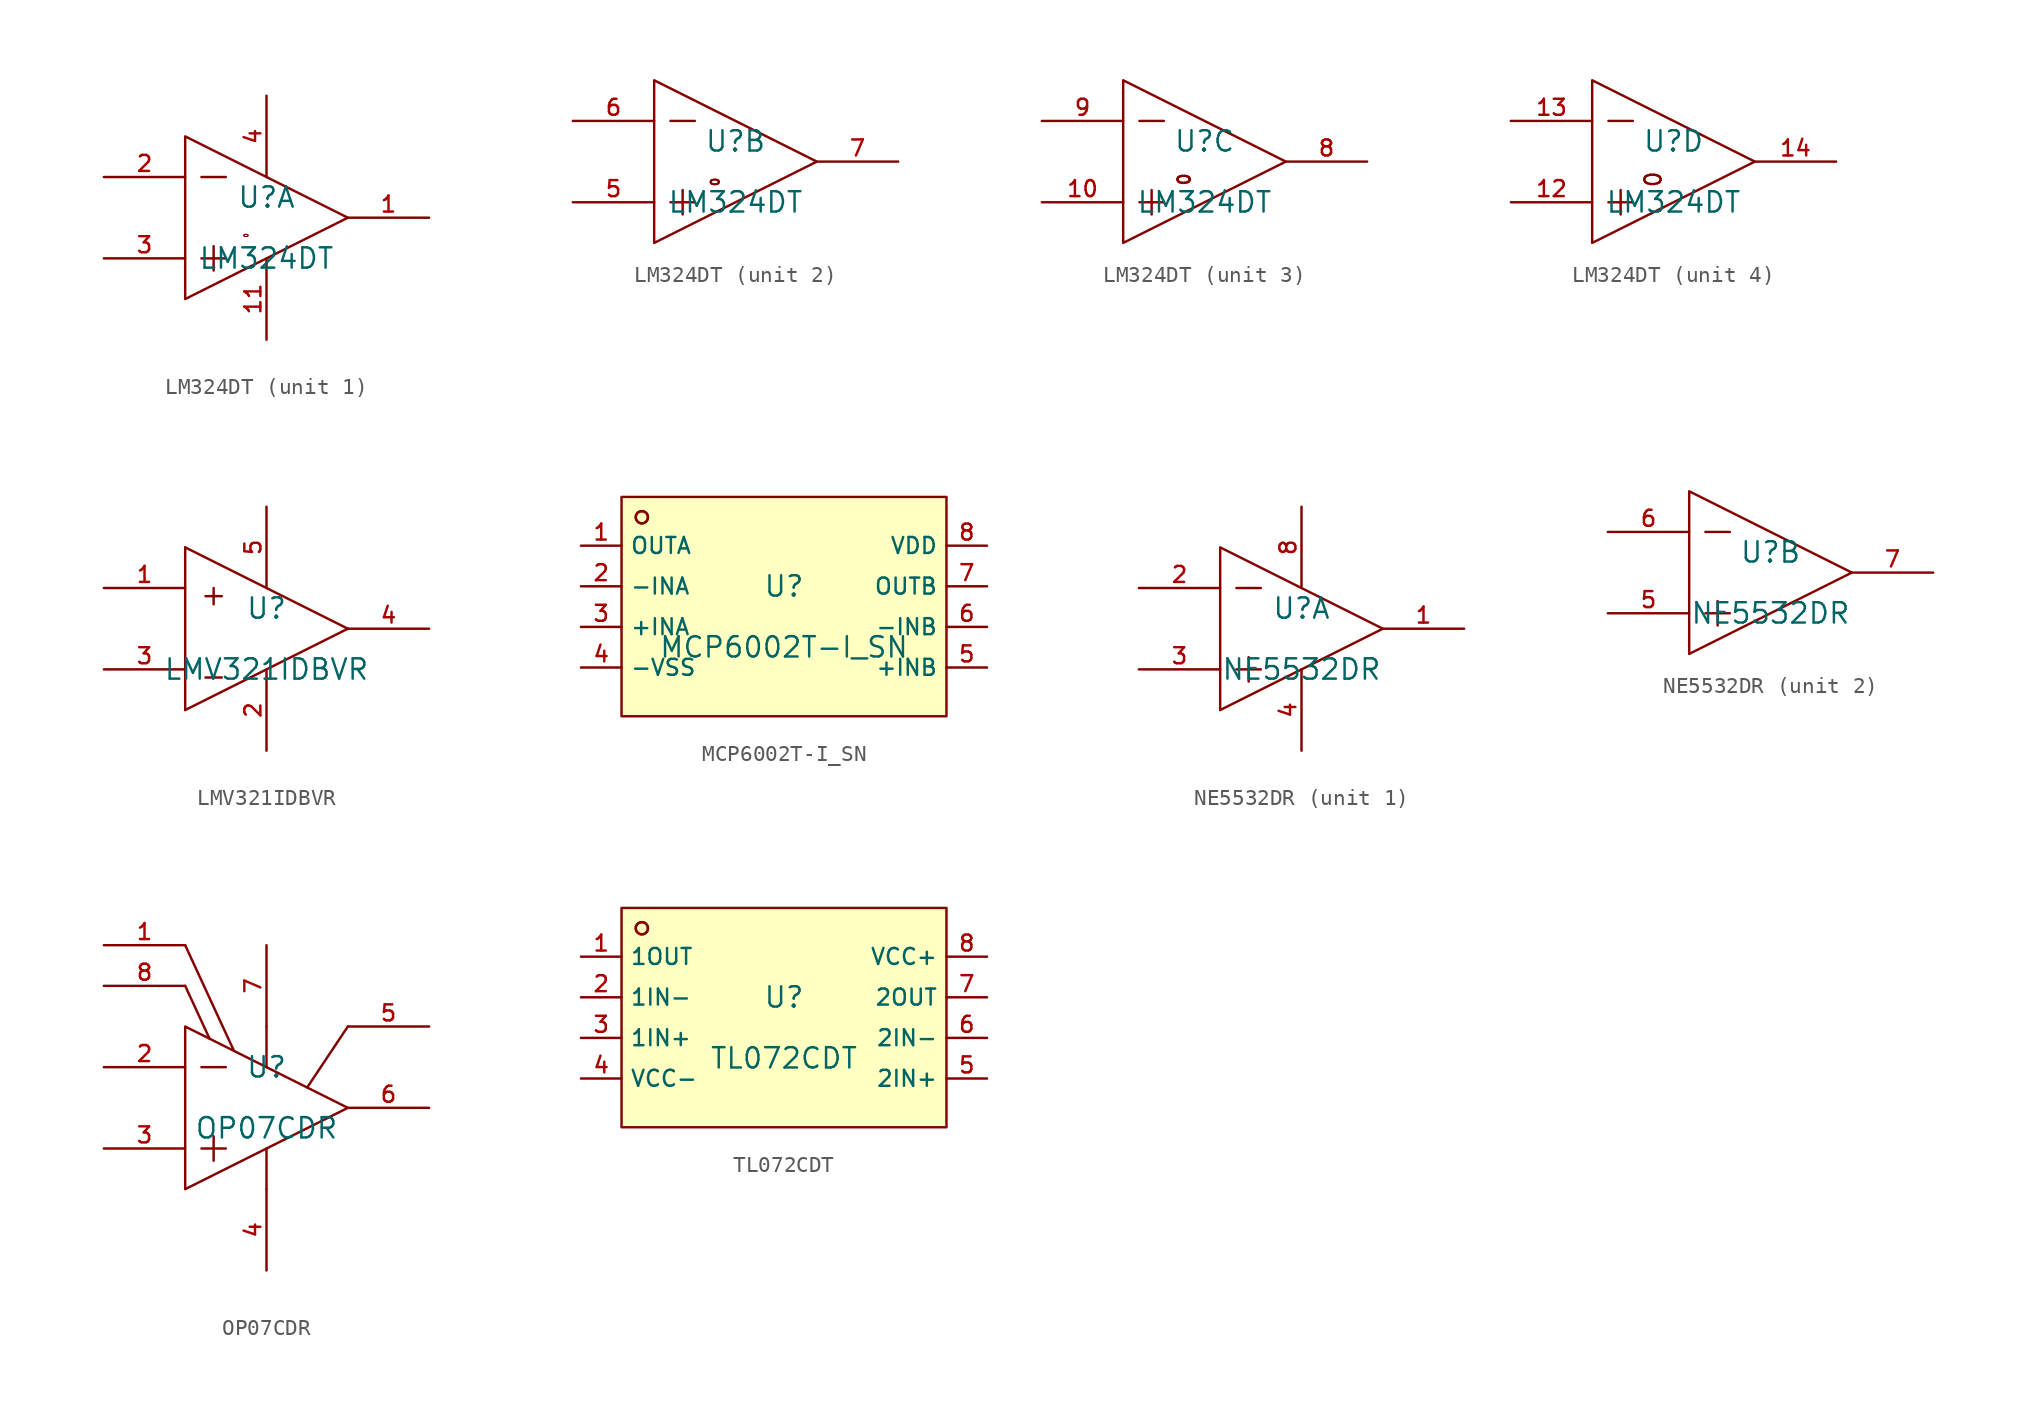
<source format=kicad_sym>
(kicad_symbol_lib
  (version 20210201)
  (generator TousstNicolas/JLC2KiCad_lib)
  (symbol "LM324DT"
    (pin_names hide)
    (property "Reference" "U"
      (at 0 1.27 0)
      (effects (font (size 1.27 1.27))))
    (property "Value" "LM324DT"
      (at 0 -2.54 0)
      (effects (font (size 1.27 1.27))))
    (symbol "LM324DT_1_1"
      (pin unspecified line (at 10.16 -0.0 180) (length 5.08) (name "OUT1" (effects (font (size 1 1)))) (number "1" (effects (font (size 1 1)))))
      (pin unspecified line (at -10.16 2.54 0) (length 5.08) (name "IN1-" (effects (font (size 1 1)))) (number "2" (effects (font (size 1 1)))))
      (pin unspecified line (at -10.16 -2.54 0) (length 5.08) (name "IN1+" (effects (font (size 1 1)))) (number "3" (effects (font (size 1 1)))))
      (polyline (pts (xy -5.08 -5.08) (xy 5.08 -0.0) (xy -5.08 5.08) (xy -5.08 -5.08)) (stroke (width 0) (type default) (color 0 0 0 0)) (fill (type none)))
      (polyline (pts (xy -4.064 2.54) (xy -2.54 2.54)) (stroke (width 0) (type default) (color 0 0 0 0)) (fill (type none)))
      (polyline (pts (xy -4.064 -2.54) (xy -2.54 -2.54)) (stroke (width 0) (type default) (color 0 0 0 0)) (fill (type none)))
      (polyline (pts (xy -3.302 -1.778) (xy -3.302 -3.302)) (stroke (width 0) (type default) (color 0 0 0 0)) (fill (type none)))
      (text "0" (at -1.27 -1.107 1800.0) (effects (font (size 0.254 0.254))))
      (pin unspecified line (at 0.0 7.62 270) (length 5.08) (name "VCC+" (effects (font (size 1 1)))) (number "4" (effects (font (size 1 1)))))
      (pin unspecified line (at 0.0 -7.62 90) (length 5.08) (name "VCC-" (effects (font (size 1 1)))) (number "11" (effects (font (size 1 1))))))
    (symbol "LM324DT_2_1"
      (pin unspecified line (at -10.16 -2.54 0) (length 5.08) (name "IN2+" (effects (font (size 1 1)))) (number "5" (effects (font (size 1 1)))))
      (pin unspecified line (at -10.16 2.54 0) (length 5.08) (name "IN2-" (effects (font (size 1 1)))) (number "6" (effects (font (size 1 1)))))
      (pin unspecified line (at 10.16 -0.0 180) (length 5.08) (name "OUT2" (effects (font (size 1 1)))) (number "7" (effects (font (size 1 1)))))
      (polyline (pts (xy -5.08 -5.08) (xy 5.08 -0.0) (xy -5.08 5.08) (xy -5.08 -5.08)) (stroke (width 0) (type default) (color 0 0 0 0)) (fill (type none)))
      (polyline (pts (xy -4.064 2.54) (xy -2.54 2.54)) (stroke (width 0) (type default) (color 0 0 0 0)) (fill (type none)))
      (polyline (pts (xy -4.064 -2.54) (xy -2.54 -2.54)) (stroke (width 0) (type default) (color 0 0 0 0)) (fill (type none)))
      (polyline (pts (xy -3.302 -1.778) (xy -3.302 -3.302)) (stroke (width 0) (type default) (color 0 0 0 0)) (fill (type none)))
      (text "0" (at -1.27 -1.27 1800.0) (effects (font (size 0.508 0.508)))))
    (symbol "LM324DT_3_1"
      (pin unspecified line (at 10.16 -0.0 180) (length 5.08) (name "OUT3" (effects (font (size 1 1)))) (number "8" (effects (font (size 1 1)))))
      (pin unspecified line (at -10.16 2.54 0) (length 5.08) (name "IN3-" (effects (font (size 1 1)))) (number "9" (effects (font (size 1 1)))))
      (pin unspecified line (at -10.16 -2.54 0) (length 5.08) (name "IN3+" (effects (font (size 1 1)))) (number "10" (effects (font (size 1 1)))))
      (polyline (pts (xy -5.08 -5.08) (xy 5.08 -0.0) (xy -5.08 5.08) (xy -5.08 -5.08)) (stroke (width 0) (type default) (color 0 0 0 0)) (fill (type none)))
      (polyline (pts (xy -4.064 2.54) (xy -2.54 2.54)) (stroke (width 0) (type default) (color 0 0 0 0)) (fill (type none)))
      (polyline (pts (xy -4.064 -2.54) (xy -2.54 -2.54)) (stroke (width 0) (type default) (color 0 0 0 0)) (fill (type none)))
      (polyline (pts (xy -3.302 -1.778) (xy -3.302 -3.302)) (stroke (width 0) (type default) (color 0 0 0 0)) (fill (type none)))
      (text "0" (at -1.27 -1.11 1800.0) (effects (font (size 0.762 0.762)))))
    (symbol "LM324DT_4_1"
      (pin unspecified line (at -10.16 -2.54 0) (length 5.08) (name "IN4+" (effects (font (size 1 1)))) (number "12" (effects (font (size 1 1)))))
      (pin unspecified line (at -10.16 2.54 0) (length 5.08) (name "IN4-" (effects (font (size 1 1)))) (number "13" (effects (font (size 1 1)))))
      (pin unspecified line (at 10.16 -0.0 180) (length 5.08) (name "OUT4" (effects (font (size 1 1)))) (number "14" (effects (font (size 1 1)))))
      (polyline (pts (xy -5.08 -5.08) (xy 5.08 -0.0) (xy -5.08 5.08) (xy -5.08 -5.08)) (stroke (width 0) (type default) (color 0 0 0 0)) (fill (type none)))
      (polyline (pts (xy -4.064 2.54) (xy -2.54 2.54)) (stroke (width 0) (type default) (color 0 0 0 0)) (fill (type none)))
      (polyline (pts (xy -4.064 -2.54) (xy -2.54 -2.54)) (stroke (width 0) (type default) (color 0 0 0 0)) (fill (type none)))
      (polyline (pts (xy -3.302 -1.778) (xy -3.302 -3.302)) (stroke (width 0) (type default) (color 0 0 0 0)) (fill (type none)))
      (text "0" (at -1.27 -1.11 1800.0) (effects (font (size 1.016 1.016))))))
  (symbol "LMV321IDBVR"
    (pin_names hide)
    (property "Reference" "U"
      (at 0 1.27 0)
      (effects (font (size 1.27 1.27))))
    (property "Value" "LMV321IDBVR"
      (at 0 -2.54 0)
      (effects (font (size 1.27 1.27))))
    (symbol "LMV321IDBVR_0_1"
      (polyline (pts (xy -5.08 5.08) (xy -5.08 -5.08)) (stroke (width 0) (type default) (color 0 0 0 0)) (fill (type none)))
      (polyline (pts (xy -5.08 -5.08) (xy 5.08 -0.0)) (stroke (width 0) (type default) (color 0 0 0 0)) (fill (type none)))
      (polyline (pts (xy 5.08 -0.0) (xy -5.08 5.08)) (stroke (width 0) (type default) (color 0 0 0 0)) (fill (type none)))
      (polyline (pts (xy -3.81 2.032) (xy -2.794 2.032)) (stroke (width 0) (type default) (color 0 0 0 0)) (fill (type none)))
      (polyline (pts (xy -3.302 2.54) (xy -3.302 1.524)) (stroke (width 0) (type default) (color 0 0 0 0)) (fill (type none)))
      (polyline (pts (xy -3.81 -3.048) (xy -2.794 -3.048)) (stroke (width 0) (type default) (color 0 0 0 0)) (fill (type none)))
      (pin input line (at -10.16 2.54 0) (length 5.08) (name "+" (effects (font (size 1 1)))) (number "1" (effects (font (size 1 1)))))
      (pin input line (at -10.16 -2.54 0) (length 5.08) (name "-" (effects (font (size 1 1)))) (number "3" (effects (font (size 1 1)))))
      (pin output line (at 10.16 -0.0 180) (length 5.08) (name "OUT" (effects (font (size 1 1)))) (number "4" (effects (font (size 1 1)))))
      (pin unspecified line (at 0.0 7.62 270) (length 5.08) (name "V+" (effects (font (size 1 1)))) (number "5" (effects (font (size 1 1)))))
      (pin unspecified line (at 0.0 -7.62 90) (length 5.08) (name "GND" (effects (font (size 1 1)))) (number "2" (effects (font (size 1 1)))))))
  (symbol "MCP6002T-I_SN"
    (property "Reference" "U"
      (at 0 1.27 0)
      (effects (font (size 1.27 1.27))))
    (property "Value" "MCP6002T-I_SN"
      (at 0 -2.54 0)
      (effects (font (size 1.27 1.27))))
    (symbol "MCP6002T-I_SN_0_1"
      (circle (center -8.89 5.588) (radius 0.381) (stroke (width 0) (type default) (color 0 0 0 0)) (fill (type background)))
      (rectangle (start -10.16 6.858) (end 10.16 -6.858) (stroke (width 0) (type default) (color 0 0 0 0)) (fill (type background)))
      (circle (center -8.89 5.588) (radius 0.381) (stroke (width 0) (type default) (color 0 0 0 0)) (fill (type background)))
      (pin unspecified line (at -12.7 3.81 0) (length 2.54) (name "OUTA" (effects (font (size 1 1)))) (number "1" (effects (font (size 1 1)))))
      (pin unspecified line (at -12.7 1.27 0) (length 2.54) (name "-INA" (effects (font (size 1 1)))) (number "2" (effects (font (size 1 1)))))
      (pin unspecified line (at -12.7 -1.27 0) (length 2.54) (name "+INA" (effects (font (size 1 1)))) (number "3" (effects (font (size 1 1)))))
      (pin unspecified line (at -12.7 -3.81 0) (length 2.54) (name "-VSS" (effects (font (size 1 1)))) (number "4" (effects (font (size 1 1)))))
      (pin unspecified line (at 12.7 -3.81 180) (length 2.54) (name "+INB" (effects (font (size 1 1)))) (number "5" (effects (font (size 1 1)))))
      (pin unspecified line (at 12.7 -1.27 180) (length 2.54) (name "-INB" (effects (font (size 1 1)))) (number "6" (effects (font (size 1 1)))))
      (pin unspecified line (at 12.7 1.27 180) (length 2.54) (name "OUTB" (effects (font (size 1 1)))) (number "7" (effects (font (size 1 1)))))
      (pin unspecified line (at 12.7 3.81 180) (length 2.54) (name "VDD" (effects (font (size 1 1)))) (number "8" (effects (font (size 1 1)))))))
  (symbol "NE5532DR"
    (pin_names hide)
    (property "Reference" "U"
      (at 0 1.27 0)
      (effects (font (size 1.27 1.27))))
    (property "Value" "NE5532DR"
      (at 0 -2.54 0)
      (effects (font (size 1.27 1.27))))
    (symbol "NE5532DR_1_1"
      (polyline (pts (xy -5.08 -5.08) (xy 5.08 -0.0) (xy -5.08 5.08) (xy -5.08 -5.08)) (stroke (width 0) (type default) (color 0 0 0 0)) (fill (type none)))
      (polyline (pts (xy -4.064 2.54) (xy -2.54 2.54)) (stroke (width 0) (type default) (color 0 0 0 0)) (fill (type none)))
      (polyline (pts (xy -4.064 -2.54) (xy -2.54 -2.54)) (stroke (width 0) (type default) (color 0 0 0 0)) (fill (type none)))
      (polyline (pts (xy -3.302 -1.778) (xy -3.302 -3.302)) (stroke (width 0) (type default) (color 0 0 0 0)) (fill (type none)))
      (pin output line (at 10.16 -0.0 180) (length 5.08) (name "OUT1" (effects (font (size 1 1)))) (number "1" (effects (font (size 1 1)))))
      (pin unspecified line (at -10.16 2.54 0) (length 5.08) (name "IN1-" (effects (font (size 1 1)))) (number "2" (effects (font (size 1 1)))))
      (pin unspecified line (at -10.16 -2.54 0) (length 5.08) (name "IN1+" (effects (font (size 1 1)))) (number "3" (effects (font (size 1 1)))))
      (pin unspecified line (at 0.0 7.62 270) (length 5.08) (name "VCC+" (effects (font (size 1 1)))) (number "8" (effects (font (size 1 1)))))
      (pin unspecified line (at 0.0 -7.62 90) (length 5.08) (name "VCC-/GND" (effects (font (size 1 1)))) (number "4" (effects (font (size 1 1))))))
    (symbol "NE5532DR_2_1"
      (polyline (pts (xy -5.08 -5.08) (xy 5.08 -0.0) (xy -5.08 5.08) (xy -5.08 -5.08)) (stroke (width 0) (type default) (color 0 0 0 0)) (fill (type none)))
      (polyline (pts (xy -4.064 2.54) (xy -2.54 2.54)) (stroke (width 0) (type default) (color 0 0 0 0)) (fill (type none)))
      (polyline (pts (xy -4.064 -2.54) (xy -2.54 -2.54)) (stroke (width 0) (type default) (color 0 0 0 0)) (fill (type none)))
      (polyline (pts (xy -3.302 -1.778) (xy -3.302 -3.302)) (stroke (width 0) (type default) (color 0 0 0 0)) (fill (type none)))
      (pin unspecified line (at -10.16 -2.54 0) (length 5.08) (name "IN2+" (effects (font (size 1 1)))) (number "5" (effects (font (size 1 1)))))
      (pin unspecified line (at -10.16 2.54 0) (length 5.08) (name "IN2-" (effects (font (size 1 1)))) (number "6" (effects (font (size 1 1)))))
      (pin output line (at 10.16 -0.0 180) (length 5.08) (name "OUT2" (effects (font (size 1 1)))) (number "7" (effects (font (size 1 1)))))))
  (symbol "OP07CDR"
    (pin_names hide)
    (property "Reference" "U"
      (at 0 1.27 0)
      (effects (font (size 1.27 1.27))))
    (property "Value" "OP07CDR"
      (at 0 -2.54 0)
      (effects (font (size 1.27 1.27))))
    (symbol "OP07CDR_0_1"
      (polyline (pts (xy -5.08 -6.35) (xy 5.08 -1.27) (xy -5.08 3.81) (xy -5.08 -6.35)) (stroke (width 0) (type default) (color 0 0 0 0)) (fill (type none)))
      (polyline (pts (xy -4.064 1.27) (xy -2.54 1.27)) (stroke (width 0) (type default) (color 0 0 0 0)) (fill (type none)))
      (polyline (pts (xy -4.064 -3.81) (xy -2.54 -3.81)) (stroke (width 0) (type default) (color 0 0 0 0)) (fill (type none)))
      (polyline (pts (xy -3.302 -3.048) (xy -3.302 -4.572)) (stroke (width 0) (type default) (color 0 0 0 0)) (fill (type none)))
      (polyline (pts (xy 0.0 3.81) (xy 0.0 1.27)) (stroke (width 0) (type default) (color 0 0 0 0)) (fill (type none)))
      (polyline (pts (xy 0.0 -3.81) (xy 0.0 -6.35)) (stroke (width 0) (type default) (color 0 0 0 0)) (fill (type none)))
      (polyline (pts (xy 5.08 3.81) (xy 2.54 -0.0)) (stroke (width 0) (type default) (color 0 0 0 0)) (fill (type none)))
      (polyline (pts (xy -3.556 3.048) (xy -5.08 6.35)) (stroke (width 0) (type default) (color 0 0 0 0)) (fill (type none)))
      (polyline (pts (xy -2.032 2.286) (xy -5.08 8.89)) (stroke (width 0) (type default) (color 0 0 0 0)) (fill (type none)))
      (pin unspecified line (at -10.16 8.89 0) (length 5.08) (name "OFFSET N1" (effects (font (size 1 1)))) (number "1" (effects (font (size 1 1)))))
      (pin unspecified line (at -10.16 1.27 0) (length 5.08) (name "IN-" (effects (font (size 1 1)))) (number "2" (effects (font (size 1 1)))))
      (pin unspecified line (at -10.16 -3.81 0) (length 5.08) (name "IN+" (effects (font (size 1 1)))) (number "3" (effects (font (size 1 1)))))
      (pin power_in line (at 0.0 -11.43 90) (length 5.08) (name "VCC-" (effects (font (size 1 1)))) (number "4" (effects (font (size 1 1)))))
      (pin unspecified line (at 10.16 3.81 180) (length 5.08) (name "NC" (effects (font (size 1 1)))) (number "5" (effects (font (size 1 1)))))
      (pin output line (at 10.16 -1.27 180) (length 5.08) (name "OUT" (effects (font (size 1 1)))) (number "6" (effects (font (size 1 1)))))
      (pin power_in line (at 0.0 8.89 270) (length 5.08) (name "VCC+" (effects (font (size 1 1)))) (number "7" (effects (font (size 1 1)))))
      (pin unspecified line (at -10.16 6.35 0) (length 5.08) (name "OFFSET N2" (effects (font (size 1 1)))) (number "8" (effects (font (size 1 1)))))))
  (symbol "TL072CDT"
    (property "Reference" "U"
      (at 0 1.27 0)
      (effects (font (size 1.27 1.27))))
    (property "Value" "TL072CDT"
      (at 0 -2.54 0)
      (effects (font (size 1.27 1.27))))
    (symbol "TL072CDT_0_1"
      (circle (center -8.89 5.588) (radius 0.381) (stroke (width 0) (type default) (color 0 0 0 0)) (fill (type background)))
      (rectangle (start -10.16 6.858) (end 10.16 -6.858) (stroke (width 0) (type default) (color 0 0 0 0)) (fill (type background)))
      (circle (center -8.89 5.588) (radius 0.381) (stroke (width 0) (type default) (color 0 0 0 0)) (fill (type background)))
      (pin unspecified line (at -12.7 3.81 0) (length 2.54) (name "1OUT" (effects (font (size 1 1)))) (number "1" (effects (font (size 1 1)))))
      (pin unspecified line (at -12.7 1.27 0) (length 2.54) (name "1IN-" (effects (font (size 1 1)))) (number "2" (effects (font (size 1 1)))))
      (pin unspecified line (at -12.7 -1.27 0) (length 2.54) (name "1IN+" (effects (font (size 1 1)))) (number "3" (effects (font (size 1 1)))))
      (pin unspecified line (at -12.7 -3.81 0) (length 2.54) (name "VCC-" (effects (font (size 1 1)))) (number "4" (effects (font (size 1 1)))))
      (pin unspecified line (at 12.7 -3.81 180) (length 2.54) (name "2IN+" (effects (font (size 1 1)))) (number "5" (effects (font (size 1 1)))))
      (pin unspecified line (at 12.7 -1.27 180) (length 2.54) (name "2IN-" (effects (font (size 1 1)))) (number "6" (effects (font (size 1 1)))))
      (pin unspecified line (at 12.7 1.27 180) (length 2.54) (name "2OUT" (effects (font (size 1 1)))) (number "7" (effects (font (size 1 1)))))
      (pin unspecified line (at 12.7 3.81 180) (length 2.54) (name "VCC+" (effects (font (size 1 1)))) (number "8" (effects (font (size 1 1))))))))
</source>
